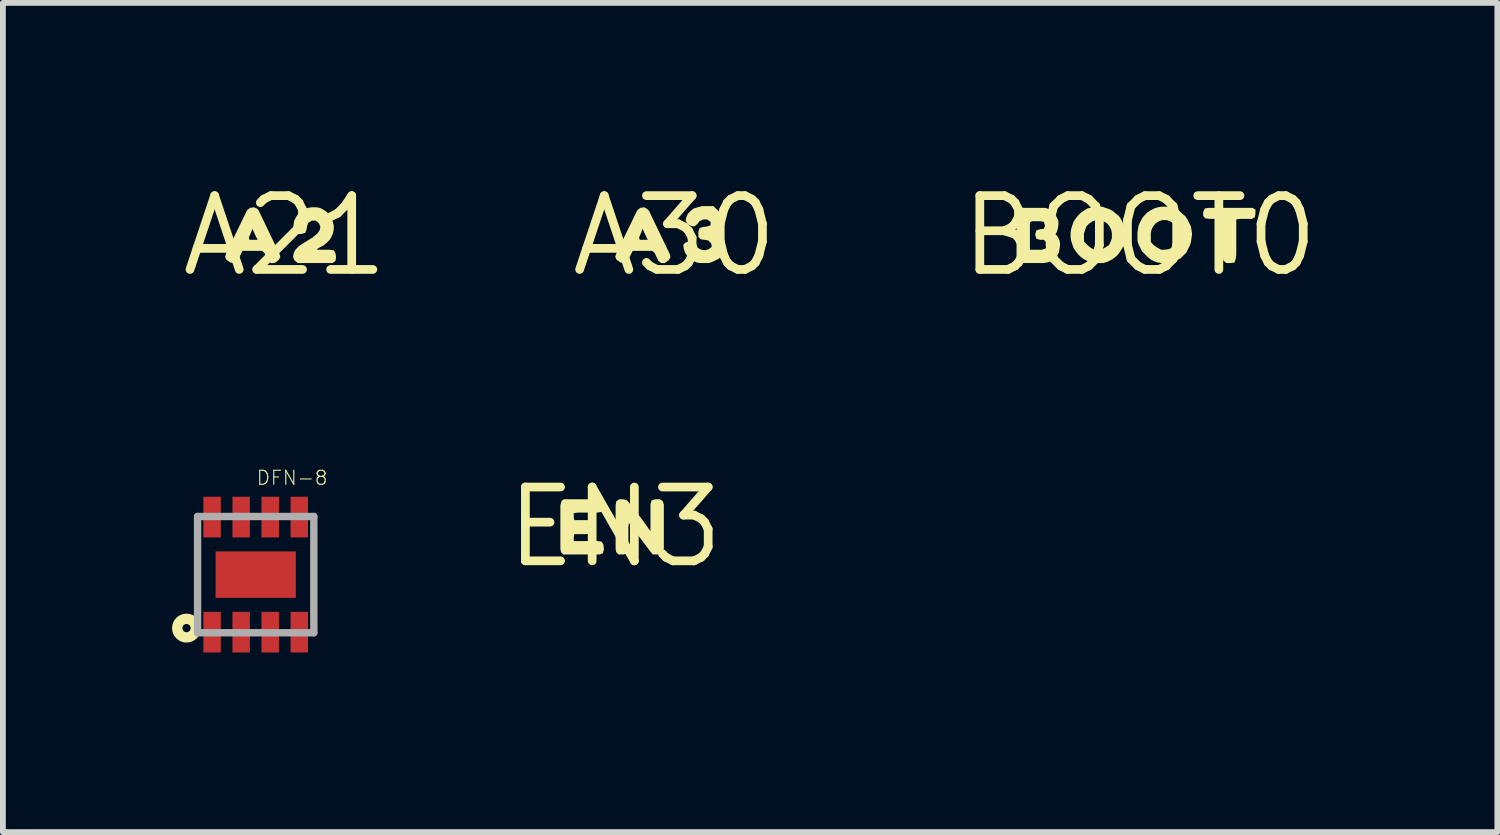
<source format=kicad_pcb>
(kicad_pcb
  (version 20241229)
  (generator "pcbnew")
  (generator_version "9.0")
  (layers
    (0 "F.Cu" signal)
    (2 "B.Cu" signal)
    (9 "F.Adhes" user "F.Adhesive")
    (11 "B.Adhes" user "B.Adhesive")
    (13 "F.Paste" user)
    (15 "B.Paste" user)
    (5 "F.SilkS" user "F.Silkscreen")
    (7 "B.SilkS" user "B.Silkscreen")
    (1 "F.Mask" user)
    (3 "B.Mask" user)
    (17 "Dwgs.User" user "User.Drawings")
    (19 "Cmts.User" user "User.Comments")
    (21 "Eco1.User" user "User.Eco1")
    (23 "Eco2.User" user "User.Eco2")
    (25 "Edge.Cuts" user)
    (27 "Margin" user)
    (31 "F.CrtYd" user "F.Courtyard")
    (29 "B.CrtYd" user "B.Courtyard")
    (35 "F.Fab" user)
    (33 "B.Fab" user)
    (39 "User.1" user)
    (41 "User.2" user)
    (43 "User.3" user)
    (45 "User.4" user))
  (footprint "EN3"
    (layer "F.Cu")
    (at 7.531 6.019)
    (property "Reference" "EN3" (at 0 0 0) (layer "F.SilkS") (effects (font (size 1.27 1.27) (thickness 0.15))))
    (attr through_hole)
    (fp_poly (pts (xy 0.63 -0.46) (xy 0.61 -0.4) (xy 0.61 -0.33) (xy 0.61 0.07) (xy 0.46 -0.14) (xy 0.25 -0.41) (xy 0.21 -0.46) (xy 0.14 -0.48) (xy 0.07 -0.48) (xy 0.02 -0.44) (xy 0.01 -0.37) (xy 0.01 0.37) (xy 0.02 0.43) (xy 0.06 0.47) (xy 0.15 0.47) (xy 0.21 0.45) (xy 0.23 0.4) (xy 0.23 -0.01) (xy 0.24 -0.07) (xy 0.6 0.41) (xy 0.65 0.47) (xy 0.72 0.47) (xy 0.8 0.46) (xy 0.83 0.42) (xy 0.84 0.36) (xy 0.84 -0.32) (xy 0.84 -0.39) (xy 0.82 -0.45) (xy 0.77 -0.48) (xy 0.7 -0.48)) (stroke (width 0) (type solid)) (fill yes) (layer "F.SilkS"))
    (fp_poly (pts (xy -0.71 0.24) (xy -0.71 0.18) (xy -0.7 0.12) (xy -0.5 0.12) (xy -0.42 0.11) (xy -0.37 0.09) (xy -0.34 0.04) (xy -0.34 -0.05) (xy -0.37 -0.1) (xy -0.42 -0.12) (xy -0.7 -0.12) (xy -0.71 -0.17) (xy -0.71 -0.24) (xy -0.65 -0.25) (xy -0.31 -0.25) (xy -0.24 -0.26) (xy -0.2 -0.29) (xy -0.19 -0.38) (xy -0.21 -0.45) (xy -0.26 -0.48) (xy -0.32 -0.48) (xy -0.8 -0.48) (xy -0.88 -0.48) (xy -0.92 -0.45) (xy -0.94 -0.38) (xy -0.94 0.37) (xy -0.93 0.43) (xy -0.89 0.47) (xy -0.81 0.47) (xy -0.33 0.47) (xy -0.26 0.47) (xy -0.21 0.45) (xy -0.19 0.38) (xy -0.2 0.3) (xy -0.23 0.25) (xy -0.3 0.24)) (stroke (width 0) (type solid)) (fill yes) (layer "F.SilkS")))
  (footprint "DFN-8"
    (layer "F.Cu")
    (at 1.349 6.836)
    (property "Reference" "DFN-8" (at 0 -1.524 0) (layer "F.SilkS") (effects (font (size 0.241 0.241) (thickness 0.019)) (justify left bottom)))
    (attr through_hole)
    (fp_poly (pts (xy -0.97 -0.57) (xy -0.53 -0.57) (xy -0.53 -1.41) (xy -0.97 -1.41)) (stroke (width 0) (type solid)) (fill yes) (layer "F.Mask"))
    (fp_poly (pts (xy -0.97 1.43) (xy -0.53 1.43) (xy -0.53 0.59) (xy -0.97 0.59)) (stroke (width 0) (type solid)) (fill yes) (layer "F.Mask"))
    (fp_poly (pts (xy -0.76 0.47) (xy 0.76 0.47) (xy 0.76 -0.47) (xy -0.76 -0.47)) (stroke (width 0) (type solid)) (fill yes) (layer "F.Mask"))
    (fp_poly (pts (xy -0.47 -0.57) (xy -0.03 -0.57) (xy -0.03 -1.41) (xy -0.47 -1.41)) (stroke (width 0) (type solid)) (fill yes) (layer "F.Mask"))
    (fp_poly (pts (xy -0.47 1.43) (xy -0.03 1.43) (xy -0.03 0.59) (xy -0.47 0.59)) (stroke (width 0) (type solid)) (fill yes) (layer "F.Mask"))
    (fp_poly (pts (xy 0.03 -0.57) (xy 0.47 -0.57) (xy 0.47 -1.41) (xy 0.03 -1.41)) (stroke (width 0) (type solid)) (fill yes) (layer "F.Mask"))
    (fp_poly (pts (xy 0.03 1.43) (xy 0.47 1.43) (xy 0.47 0.59) (xy 0.03 0.59)) (stroke (width 0) (type solid)) (fill yes) (layer "F.Mask"))
    (fp_poly (pts (xy 0.53 -0.57) (xy 0.97 -0.57) (xy 0.97 -1.41) (xy 0.53 -1.41)) (stroke (width 0) (type solid)) (fill yes) (layer "F.Mask"))
    (fp_poly (pts (xy 0.53 1.43) (xy 0.97 1.43) (xy 0.97 0.59) (xy 0.53 0.59)) (stroke (width 0) (type solid)) (fill yes) (layer "F.Mask"))
    (fp_circle (center -1.19 0.92) (end -1.119 0.92) (stroke (width 0.178) (type solid)) (fill no) (layer "F.SilkS"))
    (fp_poly (pts (xy -0.875 -0.7) (xy -0.625 -0.7) (xy -0.625 -1.337) (xy -0.875 -1.337)) (stroke (width 0) (type solid)) (fill yes) (layer "F.Paste"))
    (fp_poly (pts (xy -0.875 1.337) (xy -0.625 1.337) (xy -0.625 0.7) (xy -0.875 0.7)) (stroke (width 0) (type solid)) (fill yes) (layer "F.Paste"))
    (fp_poly (pts (xy -0.59 0.32) (xy -0.09 0.32) (xy -0.09 -0.32) (xy -0.59 -0.32)) (stroke (width 0) (type solid)) (fill yes) (layer "F.Paste"))
    (fp_poly (pts (xy -0.375 -0.7) (xy -0.125 -0.7) (xy -0.125 -1.337) (xy -0.375 -1.337)) (stroke (width 0) (type solid)) (fill yes) (layer "F.Paste"))
    (fp_poly (pts (xy -0.375 1.337) (xy -0.125 1.337) (xy -0.125 0.7) (xy -0.375 0.7)) (stroke (width 0) (type solid)) (fill yes) (layer "F.Paste"))
    (fp_poly (pts (xy 0.09 0.32) (xy 0.59 0.32) (xy 0.59 -0.32) (xy 0.09 -0.32)) (stroke (width 0) (type solid)) (fill yes) (layer "F.Paste"))
    (fp_poly (pts (xy 0.125 -0.7) (xy 0.375 -0.7) (xy 0.375 -1.337) (xy 0.125 -1.337)) (stroke (width 0) (type solid)) (fill yes) (layer "F.Paste"))
    (fp_poly (pts (xy 0.125 1.337) (xy 0.375 1.337) (xy 0.375 0.7) (xy 0.125 0.7)) (stroke (width 0) (type solid)) (fill yes) (layer "F.Paste"))
    (fp_poly (pts (xy 0.625 -0.7) (xy 0.875 -0.7) (xy 0.875 -1.337) (xy 0.625 -1.337)) (stroke (width 0) (type solid)) (fill yes) (layer "F.Paste"))
    (fp_poly (pts (xy 0.625 1.337) (xy 0.875 1.337) (xy 0.875 0.7) (xy 0.625 0.7)) (stroke (width 0) (type solid)) (fill yes) (layer "F.Paste"))
    (fp_line (start -1 -1) (end 1 -1) (stroke (width 0.127) (type solid)) (layer "F.Fab"))
    (fp_line (start -1 1) (end -1 -1) (stroke (width 0.127) (type solid)) (layer "F.Fab"))
    (fp_line (start 1 -1) (end 1 1) (stroke (width 0.127) (type solid)) (layer "F.Fab"))
    (fp_line (start 1 1) (end -1 1) (stroke (width 0.127) (type solid)) (layer "F.Fab"))
    (pad "1" smd rect (at -0.75 0.99 90) (size 0.7 0.3) (layers "F.Cu" "F.Mask"))
    (pad "2" smd rect (at -0.25 0.99 90) (size 0.7 0.3) (layers "F.Cu" "F.Mask"))
    (pad "3" smd rect (at 0.25 0.99 90) (size 0.7 0.3) (layers "F.Cu" "F.Mask"))
    (pad "4" smd rect (at 0.75 0.99 90) (size 0.7 0.3) (layers "F.Cu" "F.Mask"))
    (pad "5" smd rect (at 0.75 -0.99 90) (size 0.7 0.3) (layers "F.Cu" "F.Mask"))
    (pad "6" smd rect (at 0.25 -0.99 90) (size 0.7 0.3) (layers "F.Cu" "F.Mask"))
    (pad "7" smd rect (at -0.25 -0.99 90) (size 0.7 0.3) (layers "F.Cu" "F.Mask"))
    (pad "8" smd rect (at -0.75 -0.99 90) (size 0.7 0.3) (layers "F.Cu" "F.Mask"))
    (pad "9" smd rect (at 0 0) (size 1.38 0.8) (layers "F.Cu" "F.Mask")))
  (footprint "A21"
    (layer "F.Cu")
    (at 1.852 1.006)
    (property "Reference" "A21" (at 0 0 0) (layer "F.SilkS") (effects (font (size 1.27 1.27) (thickness 0.15))))
    (attr through_hole)
    (fp_poly (pts (xy -0.47 -0.46) (xy -0.53 -0.49) (xy -0.6 -0.48) (xy -0.65 -0.44) (xy -0.68 -0.38) (xy -1.01 0.3) (xy -1.03 0.36) (xy -1.01 0.41) (xy -0.94 0.46) (xy -0.88 0.47) (xy -0.82 0.44) (xy -0.79 0.38) (xy -0.73 0.26) (xy -0.39 0.26) (xy -0.47 0.07) (xy -0.61 0.07) (xy -0.62 0.03) (xy -0.57 -0.09) (xy -0.56 -0.12) (xy -0.5 0.01) (xy -0.47 0.07) (xy -0.39 0.26) (xy -0.35 0.3) (xy -0.29 0.43) (xy -0.24 0.47) (xy -0.18 0.47) (xy -0.11 0.42) (xy -0.08 0.37) (xy -0.09 0.32) (xy -0.45 -0.43)) (stroke (width 0) (type solid)) (fill yes) (layer "F.SilkS"))
    (fp_poly (pts (xy 0.77 0.24) (xy 0.56 0.24) (xy 0.55 0.23) (xy 0.6 0.2) (xy 0.66 0.17) (xy 0.72 0.12) (xy 0.77 0.07) (xy 0.8 0.02) (xy 0.83 -0.05) (xy 0.84 -0.11) (xy 0.84 -0.18) (xy 0.82 -0.25) (xy 0.8 -0.31) (xy 0.76 -0.36) (xy 0.72 -0.41) (xy 0.66 -0.45) (xy 0.6 -0.48) (xy 0.54 -0.49) (xy 0.46 -0.49) (xy 0.4 -0.48) (xy 0.33 -0.46) (xy 0.28 -0.43) (xy 0.23 -0.38) (xy 0.19 -0.32) (xy 0.16 -0.26) (xy 0.15 -0.2) (xy 0.14 -0.13) (xy 0.15 -0.07) (xy 0.19 -0.03) (xy 0.28 -0.03) (xy 0.35 -0.05) (xy 0.37 -0.1) (xy 0.38 -0.16) (xy 0.4 -0.22) (xy 0.46 -0.26) (xy 0.53 -0.26) (xy 0.58 -0.22) (xy 0.61 -0.16) (xy 0.6 -0.1) (xy 0.56 -0.04) (xy 0.51 0) (xy 0.46 0.04) (xy 0.28 0.15) (xy 0.23 0.19) (xy 0.18 0.24) (xy 0.15 0.3) (xy 0.14 0.36) (xy 0.16 0.42) (xy 0.22 0.47) (xy 0.28 0.47) (xy 0.75 0.47) (xy 0.82 0.47) (xy 0.87 0.43) (xy 0.88 0.37) (xy 0.87 0.3) (xy 0.84 0.25)) (stroke (width 0) (type solid)) (fill yes) (layer "F.SilkS")))
  (footprint "A30"
    (layer "F.Cu")
    (at 8.555 1.006)
    (property "Reference" "A30" (at 0 0 0) (layer "F.SilkS") (effects (font (size 1.27 1.27) (thickness 0.15))))
    (attr through_hole)
    (fp_poly (pts (xy -0.47 -0.46) (xy -0.52 -0.49) (xy -0.59 -0.48) (xy -0.64 -0.44) (xy -0.67 -0.38) (xy -1 0.3) (xy -1.02 0.36) (xy -1 0.41) (xy -0.93 0.46) (xy -0.87 0.47) (xy -0.81 0.44) (xy -0.78 0.38) (xy -0.72 0.26) (xy -0.38 0.26) (xy -0.46 0.07) (xy -0.6 0.07) (xy -0.61 0.03) (xy -0.56 -0.09) (xy -0.55 -0.12) (xy -0.49 0.01) (xy -0.46 0.07) (xy -0.38 0.26) (xy -0.34 0.3) (xy -0.28 0.43) (xy -0.23 0.47) (xy -0.17 0.47) (xy -0.1 0.42) (xy -0.07 0.37) (xy -0.08 0.32) (xy -0.44 -0.43)) (stroke (width 0) (type solid)) (fill yes) (layer "F.SilkS"))
    (fp_poly (pts (xy 0.67 -0.51) (xy 0.54 -0.51) (xy 0.47 -0.51) (xy 0.4 -0.49) (xy 0.33 -0.47) (xy 0.28 -0.43) (xy 0.23 -0.38) (xy 0.2 -0.31) (xy 0.19 -0.26) (xy 0.22 -0.21) (xy 0.28 -0.17) (xy 0.34 -0.16) (xy 0.39 -0.2) (xy 0.43 -0.25) (xy 0.49 -0.28) (xy 0.56 -0.28) (xy 0.62 -0.24) (xy 0.62 -0.18) (xy 0.56 -0.16) (xy 0.48 -0.15) (xy 0.43 -0.13) (xy 0.41 -0.07) (xy 0.41 0.02) (xy 0.45 0.06) (xy 0.51 0.07) (xy 0.58 0.08) (xy 0.63 0.13) (xy 0.64 0.19) (xy 0.59 0.23) (xy 0.53 0.25) (xy 0.46 0.24) (xy 0.4 0.21) (xy 0.37 0.14) (xy 0.33 0.11) (xy 0.25 0.1) (xy 0.18 0.12) (xy 0.15 0.16) (xy 0.16 0.23) (xy 0.18 0.29) (xy 0.22 0.35) (xy 0.26 0.4) (xy 0.32 0.43) (xy 0.38 0.46) (xy 0.44 0.47) (xy 0.52 0.47) (xy 0.59 0.47) (xy 0.65 0.45) (xy 0.71 0.42) (xy 0.77 0.39) (xy 0.81 0.34) (xy 0.85 0.28) (xy 0.87 0.22) (xy 0.87 0.15) (xy 0.86 0.09) (xy 0.83 0.03) (xy 0.78 -0.02) (xy 0.78 -0.06) (xy 0.82 -0.1) (xy 0.85 -0.16) (xy 0.85 -0.23) (xy 0.84 -0.3) (xy 0.81 -0.36) (xy 0.77 -0.41)) (stroke (width 0) (type solid)) (fill yes) (layer "F.SilkS")))
  (footprint "BOOT0"
    (layer "F.Cu")
    (at 16.559 1.006)
    (property "Reference" "BOOT0" (at 0 0 0) (layer "F.SilkS") (effects (font (size 1.27 1.27) (thickness 0.15))))
    (attr through_hole)
    (fp_poly (pts (xy 1.18 -0.48) (xy 1.12 -0.47) (xy 1.09 -0.41) (xy 1.09 -0.34) (xy 1.13 -0.3) (xy 1.2 -0.29) (xy 1.41 -0.29) (xy 1.43 -0.25) (xy 1.43 0.37) (xy 1.44 0.43) (xy 1.49 0.47) (xy 1.56 0.47) (xy 1.63 0.46) (xy 1.65 0.4) (xy 1.66 0.33) (xy 1.66 -0.28) (xy 1.72 -0.29) (xy 1.93 -0.29) (xy 1.98 -0.32) (xy 1.99 -0.38) (xy 1.99 -0.45) (xy 1.94 -0.48) (xy 1.86 -0.48)) (stroke (width 0) (type solid)) (fill yes) (layer "F.SilkS"))
    (fp_poly (pts (xy -1.43 -0.06) (xy -1.41 -0.12) (xy -1.4 -0.19) (xy -1.4 -0.26) (xy -1.43 -0.32) (xy -1.46 -0.38) (xy -1.51 -0.43) (xy -1.57 -0.46) (xy -1.63 -0.48) (xy -1.71 -0.48) (xy -1.98 -0.48) (xy -2.06 -0.48) (xy -2.11 -0.45) (xy -2.12 -0.39) (xy -2.12 0.36) (xy -2.12 0.43) (xy -2.08 0.46) (xy -2 0.47) (xy -1.66 0.47) (xy -1.59 0.46) (xy -1.53 0.44) (xy -1.47 0.4) (xy -1.43 0.35) (xy -1.39 0.29) (xy -1.38 0.22) (xy -1.37 0.15) (xy -1.38 0.08) (xy -1.41 0.02) (xy -1.45 -0.03) (xy -1.61 0.12) (xy -1.6 0.16) (xy -1.62 0.22) (xy -1.68 0.24) (xy -1.89 0.24) (xy -1.89 0.18) (xy -1.89 -0.23) (xy -1.85 -0.25) (xy -1.71 -0.25) (xy -1.65 -0.24) (xy -1.63 -0.17) (xy -1.65 -0.12) (xy -1.73 -0.11) (xy -1.78 -0.09) (xy -1.8 -0.02) (xy -1.78 0.05) (xy -1.72 0.07) (xy -1.65 0.07) (xy -1.61 0.11) (xy -1.45 -0.03)) (stroke (width 0) (type solid)) (fill yes) (layer "F.SilkS"))
    (fp_poly (pts (xy -0.77 -0.5) (xy -0.83 -0.49) (xy -0.9 -0.47) (xy -0.95 -0.44) (xy -1.01 -0.4) (xy -1.06 -0.35) (xy -1.1 -0.3) (xy -1.14 -0.24) (xy -1.16 -0.18) (xy -1.18 -0.12) (xy -1.19 -0.05) (xy -1.19 0.02) (xy -1.18 0.09) (xy -1.16 0.15) (xy -1.14 0.21) (xy -0.96 0.1) (xy -0.96 -0.04) (xy -0.94 -0.1) (xy -0.92 -0.16) (xy -0.87 -0.21) (xy -0.81 -0.25) (xy -0.75 -0.27) (xy -0.68 -0.27) (xy -0.62 -0.25) (xy -0.56 -0.21) (xy -0.52 -0.16) (xy -0.49 -0.1) (xy -0.48 -0.04) (xy -0.48 0.04) (xy -0.5 0.1) (xy -0.53 0.16) (xy -0.59 0.2) (xy -0.65 0.23) (xy -0.71 0.24) (xy -0.78 0.24) (xy -0.84 0.21) (xy -0.89 0.17) (xy -0.94 0.12) (xy -0.96 0.1) (xy -1.14 0.21) (xy -1.1 0.27) (xy -1.06 0.32) (xy -1.01 0.37) (xy -0.95 0.41) (xy -0.89 0.44) (xy -0.83 0.46) (xy -0.76 0.47) (xy -0.69 0.47) (xy -0.63 0.47) (xy -0.56 0.45) (xy -0.5 0.42) (xy -0.45 0.39) (xy -0.39 0.34) (xy -0.35 0.29) (xy -0.31 0.23) (xy -0.28 0.17) (xy -0.26 0.11) (xy -0.25 0.04) (xy -0.25 -0.03) (xy -0.25 -0.1) (xy -0.27 -0.16) (xy -0.29 -0.22) (xy -0.32 -0.28) (xy -0.36 -0.34) (xy -0.41 -0.38) (xy -0.47 -0.43) (xy -0.53 -0.46) (xy -0.59 -0.48) (xy -0.65 -0.5) (xy -0.72 -0.5)) (stroke (width 0) (type solid)) (fill yes) (layer "F.SilkS"))
    (fp_poly (pts (xy 0.38 -0.5) (xy 0.31 -0.49) (xy 0.25 -0.47) (xy 0.19 -0.44) (xy 0.13 -0.4) (xy 0.08 -0.35) (xy 0.04 -0.3) (xy 0.01 -0.24) (xy -0.02 -0.18) (xy -0.03 -0.12) (xy -0.04 -0.05) (xy -0.04 0.02) (xy -0.04 0.09) (xy -0.02 0.15) (xy 0.01 0.21) (xy 0.19 0.1) (xy 0.19 -0.04) (xy 0.2 -0.1) (xy 0.23 -0.16) (xy 0.27 -0.21) (xy 0.33 -0.25) (xy 0.39 -0.27) (xy 0.46 -0.27) (xy 0.52 -0.25) (xy 0.58 -0.21) (xy 0.62 -0.16) (xy 0.65 -0.1) (xy 0.67 -0.04) (xy 0.66 0.04) (xy 0.65 0.1) (xy 0.61 0.16) (xy 0.56 0.2) (xy 0.5 0.23) (xy 0.43 0.24) (xy 0.37 0.24) (xy 0.31 0.21) (xy 0.25 0.17) (xy 0.2 0.12) (xy 0.19 0.1) (xy 0.01 0.21) (xy 0.04 0.27) (xy 0.09 0.32) (xy 0.14 0.37) (xy 0.19 0.41) (xy 0.25 0.44) (xy 0.31 0.46) (xy 0.38 0.47) (xy 0.45 0.47) (xy 0.52 0.47) (xy 0.58 0.45) (xy 0.64 0.42) (xy 0.7 0.39) (xy 0.75 0.34) (xy 0.8 0.29) (xy 0.83 0.23) (xy 0.86 0.17) (xy 0.88 0.11) (xy 0.89 0.04) (xy 0.9 -0.03) (xy 0.89 -0.1) (xy 0.88 -0.16) (xy 0.85 -0.22) (xy 0.82 -0.28) (xy 0.78 -0.34) (xy 0.73 -0.38) (xy 0.68 -0.43) (xy 0.62 -0.46) (xy 0.56 -0.48) (xy 0.49 -0.5) (xy 0.42 -0.5)) (stroke (width 0) (type solid)) (fill yes) (layer "F.SilkS")))
  (gr_rect
    (start -3 -3)
    (end 22.711 11.266)
    (stroke (width 0.1) (type default))
    (fill no)
    (layer "Edge.Cuts")))
</source>
